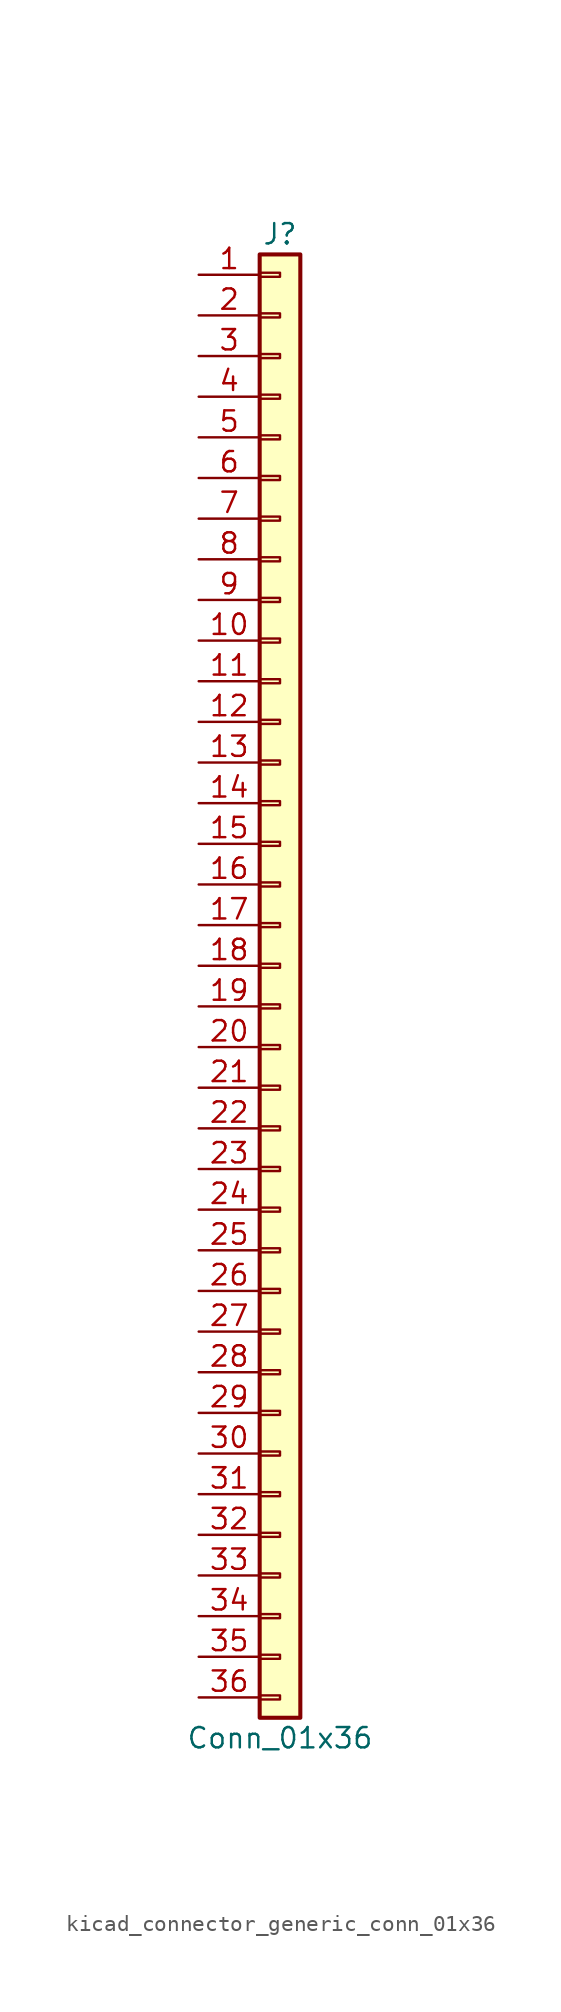
<source format=kicad_sym>
(kicad_symbol_lib
  (version 20220914)
  (generator kicad_symbol_editor)
  (symbol "kicad_connector_generic_conn_01x36"
    (pin_names
      (offset 1.016) hide)
    (property "Reference" "J"
      (at 0 45.72 0)
      (effects (font (size 1.27 1.27))))
    (property "Value" "Conn_01x36"
      (at 0 -48.26 0)
      (effects (font (size 1.27 1.27))))
    (symbol "kicad_connector_generic_conn_01x36_1_1"
      (rectangle (start -1.27 -45.593) (end 0 -45.847) (stroke (width 0.152) (type default)) (fill (type none)))
      (rectangle (start -1.27 -43.053) (end 0 -43.307) (stroke (width 0.152) (type default)) (fill (type none)))
      (rectangle (start -1.27 -40.513) (end 0 -40.767) (stroke (width 0.152) (type default)) (fill (type none)))
      (rectangle (start -1.27 -37.973) (end 0 -38.227) (stroke (width 0.152) (type default)) (fill (type none)))
      (rectangle (start -1.27 -35.433) (end 0 -35.687) (stroke (width 0.152) (type default)) (fill (type none)))
      (rectangle (start -1.27 -32.893) (end 0 -33.147) (stroke (width 0.152) (type default)) (fill (type none)))
      (rectangle (start -1.27 -30.353) (end 0 -30.607) (stroke (width 0.152) (type default)) (fill (type none)))
      (rectangle (start -1.27 -27.813) (end 0 -28.067) (stroke (width 0.152) (type default)) (fill (type none)))
      (rectangle (start -1.27 -25.273) (end 0 -25.527) (stroke (width 0.152) (type default)) (fill (type none)))
      (rectangle (start -1.27 -22.733) (end 0 -22.987) (stroke (width 0.152) (type default)) (fill (type none)))
      (rectangle (start -1.27 -20.193) (end 0 -20.447) (stroke (width 0.152) (type default)) (fill (type none)))
      (rectangle (start -1.27 -17.653) (end 0 -17.907) (stroke (width 0.152) (type default)) (fill (type none)))
      (rectangle (start -1.27 -15.113) (end 0 -15.367) (stroke (width 0.152) (type default)) (fill (type none)))
      (rectangle (start -1.27 -12.573) (end 0 -12.827) (stroke (width 0.152) (type default)) (fill (type none)))
      (rectangle (start -1.27 -10.033) (end 0 -10.287) (stroke (width 0.152) (type default)) (fill (type none)))
      (rectangle (start -1.27 -7.493) (end 0 -7.747) (stroke (width 0.152) (type default)) (fill (type none)))
      (rectangle (start -1.27 -4.953) (end 0 -5.207) (stroke (width 0.152) (type default)) (fill (type none)))
      (rectangle (start -1.27 -2.413) (end 0 -2.667) (stroke (width 0.152) (type default)) (fill (type none)))
      (rectangle (start -1.27 0.127) (end 0 -0.127) (stroke (width 0.152) (type default)) (fill (type none)))
      (rectangle (start -1.27 2.667) (end 0 2.413) (stroke (width 0.152) (type default)) (fill (type none)))
      (rectangle (start -1.27 5.207) (end 0 4.953) (stroke (width 0.152) (type default)) (fill (type none)))
      (rectangle (start -1.27 7.747) (end 0 7.493) (stroke (width 0.152) (type default)) (fill (type none)))
      (rectangle (start -1.27 10.287) (end 0 10.033) (stroke (width 0.152) (type default)) (fill (type none)))
      (rectangle (start -1.27 12.827) (end 0 12.573) (stroke (width 0.152) (type default)) (fill (type none)))
      (rectangle (start -1.27 15.367) (end 0 15.113) (stroke (width 0.152) (type default)) (fill (type none)))
      (rectangle (start -1.27 17.907) (end 0 17.653) (stroke (width 0.152) (type default)) (fill (type none)))
      (rectangle (start -1.27 20.447) (end 0 20.193) (stroke (width 0.152) (type default)) (fill (type none)))
      (rectangle (start -1.27 22.987) (end 0 22.733) (stroke (width 0.152) (type default)) (fill (type none)))
      (rectangle (start -1.27 25.527) (end 0 25.273) (stroke (width 0.152) (type default)) (fill (type none)))
      (rectangle (start -1.27 28.067) (end 0 27.813) (stroke (width 0.152) (type default)) (fill (type none)))
      (rectangle (start -1.27 30.607) (end 0 30.353) (stroke (width 0.152) (type default)) (fill (type none)))
      (rectangle (start -1.27 33.147) (end 0 32.893) (stroke (width 0.152) (type default)) (fill (type none)))
      (rectangle (start -1.27 35.687) (end 0 35.433) (stroke (width 0.152) (type default)) (fill (type none)))
      (rectangle (start -1.27 38.227) (end 0 37.973) (stroke (width 0.152) (type default)) (fill (type none)))
      (rectangle (start -1.27 40.767) (end 0 40.513) (stroke (width 0.152) (type default)) (fill (type none)))
      (rectangle (start -1.27 43.307) (end 0 43.053) (stroke (width 0.152) (type default)) (fill (type none)))
      (rectangle (start -1.27 44.45) (end 1.27 -46.99) (stroke (width 0.254) (type default)) (fill (type background)))
      (pin passive line (at -5.08 43.18 0) (length 3.81) (name "Pin_1" (effects (font (size 1.27 1.27)))) (number "1" (effects (font (size 1.27 1.27)))))
      (pin passive line (at -5.08 20.32 0) (length 3.81) (name "Pin_10" (effects (font (size 1.27 1.27)))) (number "10" (effects (font (size 1.27 1.27)))))
      (pin passive line (at -5.08 17.78 0) (length 3.81) (name "Pin_11" (effects (font (size 1.27 1.27)))) (number "11" (effects (font (size 1.27 1.27)))))
      (pin passive line (at -5.08 15.24 0) (length 3.81) (name "Pin_12" (effects (font (size 1.27 1.27)))) (number "12" (effects (font (size 1.27 1.27)))))
      (pin passive line (at -5.08 12.7 0) (length 3.81) (name "Pin_13" (effects (font (size 1.27 1.27)))) (number "13" (effects (font (size 1.27 1.27)))))
      (pin passive line (at -5.08 10.16 0) (length 3.81) (name "Pin_14" (effects (font (size 1.27 1.27)))) (number "14" (effects (font (size 1.27 1.27)))))
      (pin passive line (at -5.08 7.62 0) (length 3.81) (name "Pin_15" (effects (font (size 1.27 1.27)))) (number "15" (effects (font (size 1.27 1.27)))))
      (pin passive line (at -5.08 5.08 0) (length 3.81) (name "Pin_16" (effects (font (size 1.27 1.27)))) (number "16" (effects (font (size 1.27 1.27)))))
      (pin passive line (at -5.08 2.54 0) (length 3.81) (name "Pin_17" (effects (font (size 1.27 1.27)))) (number "17" (effects (font (size 1.27 1.27)))))
      (pin passive line (at -5.08 0 0) (length 3.81) (name "Pin_18" (effects (font (size 1.27 1.27)))) (number "18" (effects (font (size 1.27 1.27)))))
      (pin passive line (at -5.08 -2.54 0) (length 3.81) (name "Pin_19" (effects (font (size 1.27 1.27)))) (number "19" (effects (font (size 1.27 1.27)))))
      (pin passive line (at -5.08 40.64 0) (length 3.81) (name "Pin_2" (effects (font (size 1.27 1.27)))) (number "2" (effects (font (size 1.27 1.27)))))
      (pin passive line (at -5.08 -5.08 0) (length 3.81) (name "Pin_20" (effects (font (size 1.27 1.27)))) (number "20" (effects (font (size 1.27 1.27)))))
      (pin passive line (at -5.08 -7.62 0) (length 3.81) (name "Pin_21" (effects (font (size 1.27 1.27)))) (number "21" (effects (font (size 1.27 1.27)))))
      (pin passive line (at -5.08 -10.16 0) (length 3.81) (name "Pin_22" (effects (font (size 1.27 1.27)))) (number "22" (effects (font (size 1.27 1.27)))))
      (pin passive line (at -5.08 -12.7 0) (length 3.81) (name "Pin_23" (effects (font (size 1.27 1.27)))) (number "23" (effects (font (size 1.27 1.27)))))
      (pin passive line (at -5.08 -15.24 0) (length 3.81) (name "Pin_24" (effects (font (size 1.27 1.27)))) (number "24" (effects (font (size 1.27 1.27)))))
      (pin passive line (at -5.08 -17.78 0) (length 3.81) (name "Pin_25" (effects (font (size 1.27 1.27)))) (number "25" (effects (font (size 1.27 1.27)))))
      (pin passive line (at -5.08 -20.32 0) (length 3.81) (name "Pin_26" (effects (font (size 1.27 1.27)))) (number "26" (effects (font (size 1.27 1.27)))))
      (pin passive line (at -5.08 -22.86 0) (length 3.81) (name "Pin_27" (effects (font (size 1.27 1.27)))) (number "27" (effects (font (size 1.27 1.27)))))
      (pin passive line (at -5.08 -25.4 0) (length 3.81) (name "Pin_28" (effects (font (size 1.27 1.27)))) (number "28" (effects (font (size 1.27 1.27)))))
      (pin passive line (at -5.08 -27.94 0) (length 3.81) (name "Pin_29" (effects (font (size 1.27 1.27)))) (number "29" (effects (font (size 1.27 1.27)))))
      (pin passive line (at -5.08 38.1 0) (length 3.81) (name "Pin_3" (effects (font (size 1.27 1.27)))) (number "3" (effects (font (size 1.27 1.27)))))
      (pin passive line (at -5.08 -30.48 0) (length 3.81) (name "Pin_30" (effects (font (size 1.27 1.27)))) (number "30" (effects (font (size 1.27 1.27)))))
      (pin passive line (at -5.08 -33.02 0) (length 3.81) (name "Pin_31" (effects (font (size 1.27 1.27)))) (number "31" (effects (font (size 1.27 1.27)))))
      (pin passive line (at -5.08 -35.56 0) (length 3.81) (name "Pin_32" (effects (font (size 1.27 1.27)))) (number "32" (effects (font (size 1.27 1.27)))))
      (pin passive line (at -5.08 -38.1 0) (length 3.81) (name "Pin_33" (effects (font (size 1.27 1.27)))) (number "33" (effects (font (size 1.27 1.27)))))
      (pin passive line (at -5.08 -40.64 0) (length 3.81) (name "Pin_34" (effects (font (size 1.27 1.27)))) (number "34" (effects (font (size 1.27 1.27)))))
      (pin passive line (at -5.08 -43.18 0) (length 3.81) (name "Pin_35" (effects (font (size 1.27 1.27)))) (number "35" (effects (font (size 1.27 1.27)))))
      (pin passive line (at -5.08 -45.72 0) (length 3.81) (name "Pin_36" (effects (font (size 1.27 1.27)))) (number "36" (effects (font (size 1.27 1.27)))))
      (pin passive line (at -5.08 35.56 0) (length 3.81) (name "Pin_4" (effects (font (size 1.27 1.27)))) (number "4" (effects (font (size 1.27 1.27)))))
      (pin passive line (at -5.08 33.02 0) (length 3.81) (name "Pin_5" (effects (font (size 1.27 1.27)))) (number "5" (effects (font (size 1.27 1.27)))))
      (pin passive line (at -5.08 30.48 0) (length 3.81) (name "Pin_6" (effects (font (size 1.27 1.27)))) (number "6" (effects (font (size 1.27 1.27)))))
      (pin passive line (at -5.08 27.94 0) (length 3.81) (name "Pin_7" (effects (font (size 1.27 1.27)))) (number "7" (effects (font (size 1.27 1.27)))))
      (pin passive line (at -5.08 25.4 0) (length 3.81) (name "Pin_8" (effects (font (size 1.27 1.27)))) (number "8" (effects (font (size 1.27 1.27)))))
      (pin passive line (at -5.08 22.86 0) (length 3.81) (name "Pin_9" (effects (font (size 1.27 1.27)))) (number "9" (effects (font (size 1.27 1.27))))))))
</source>
